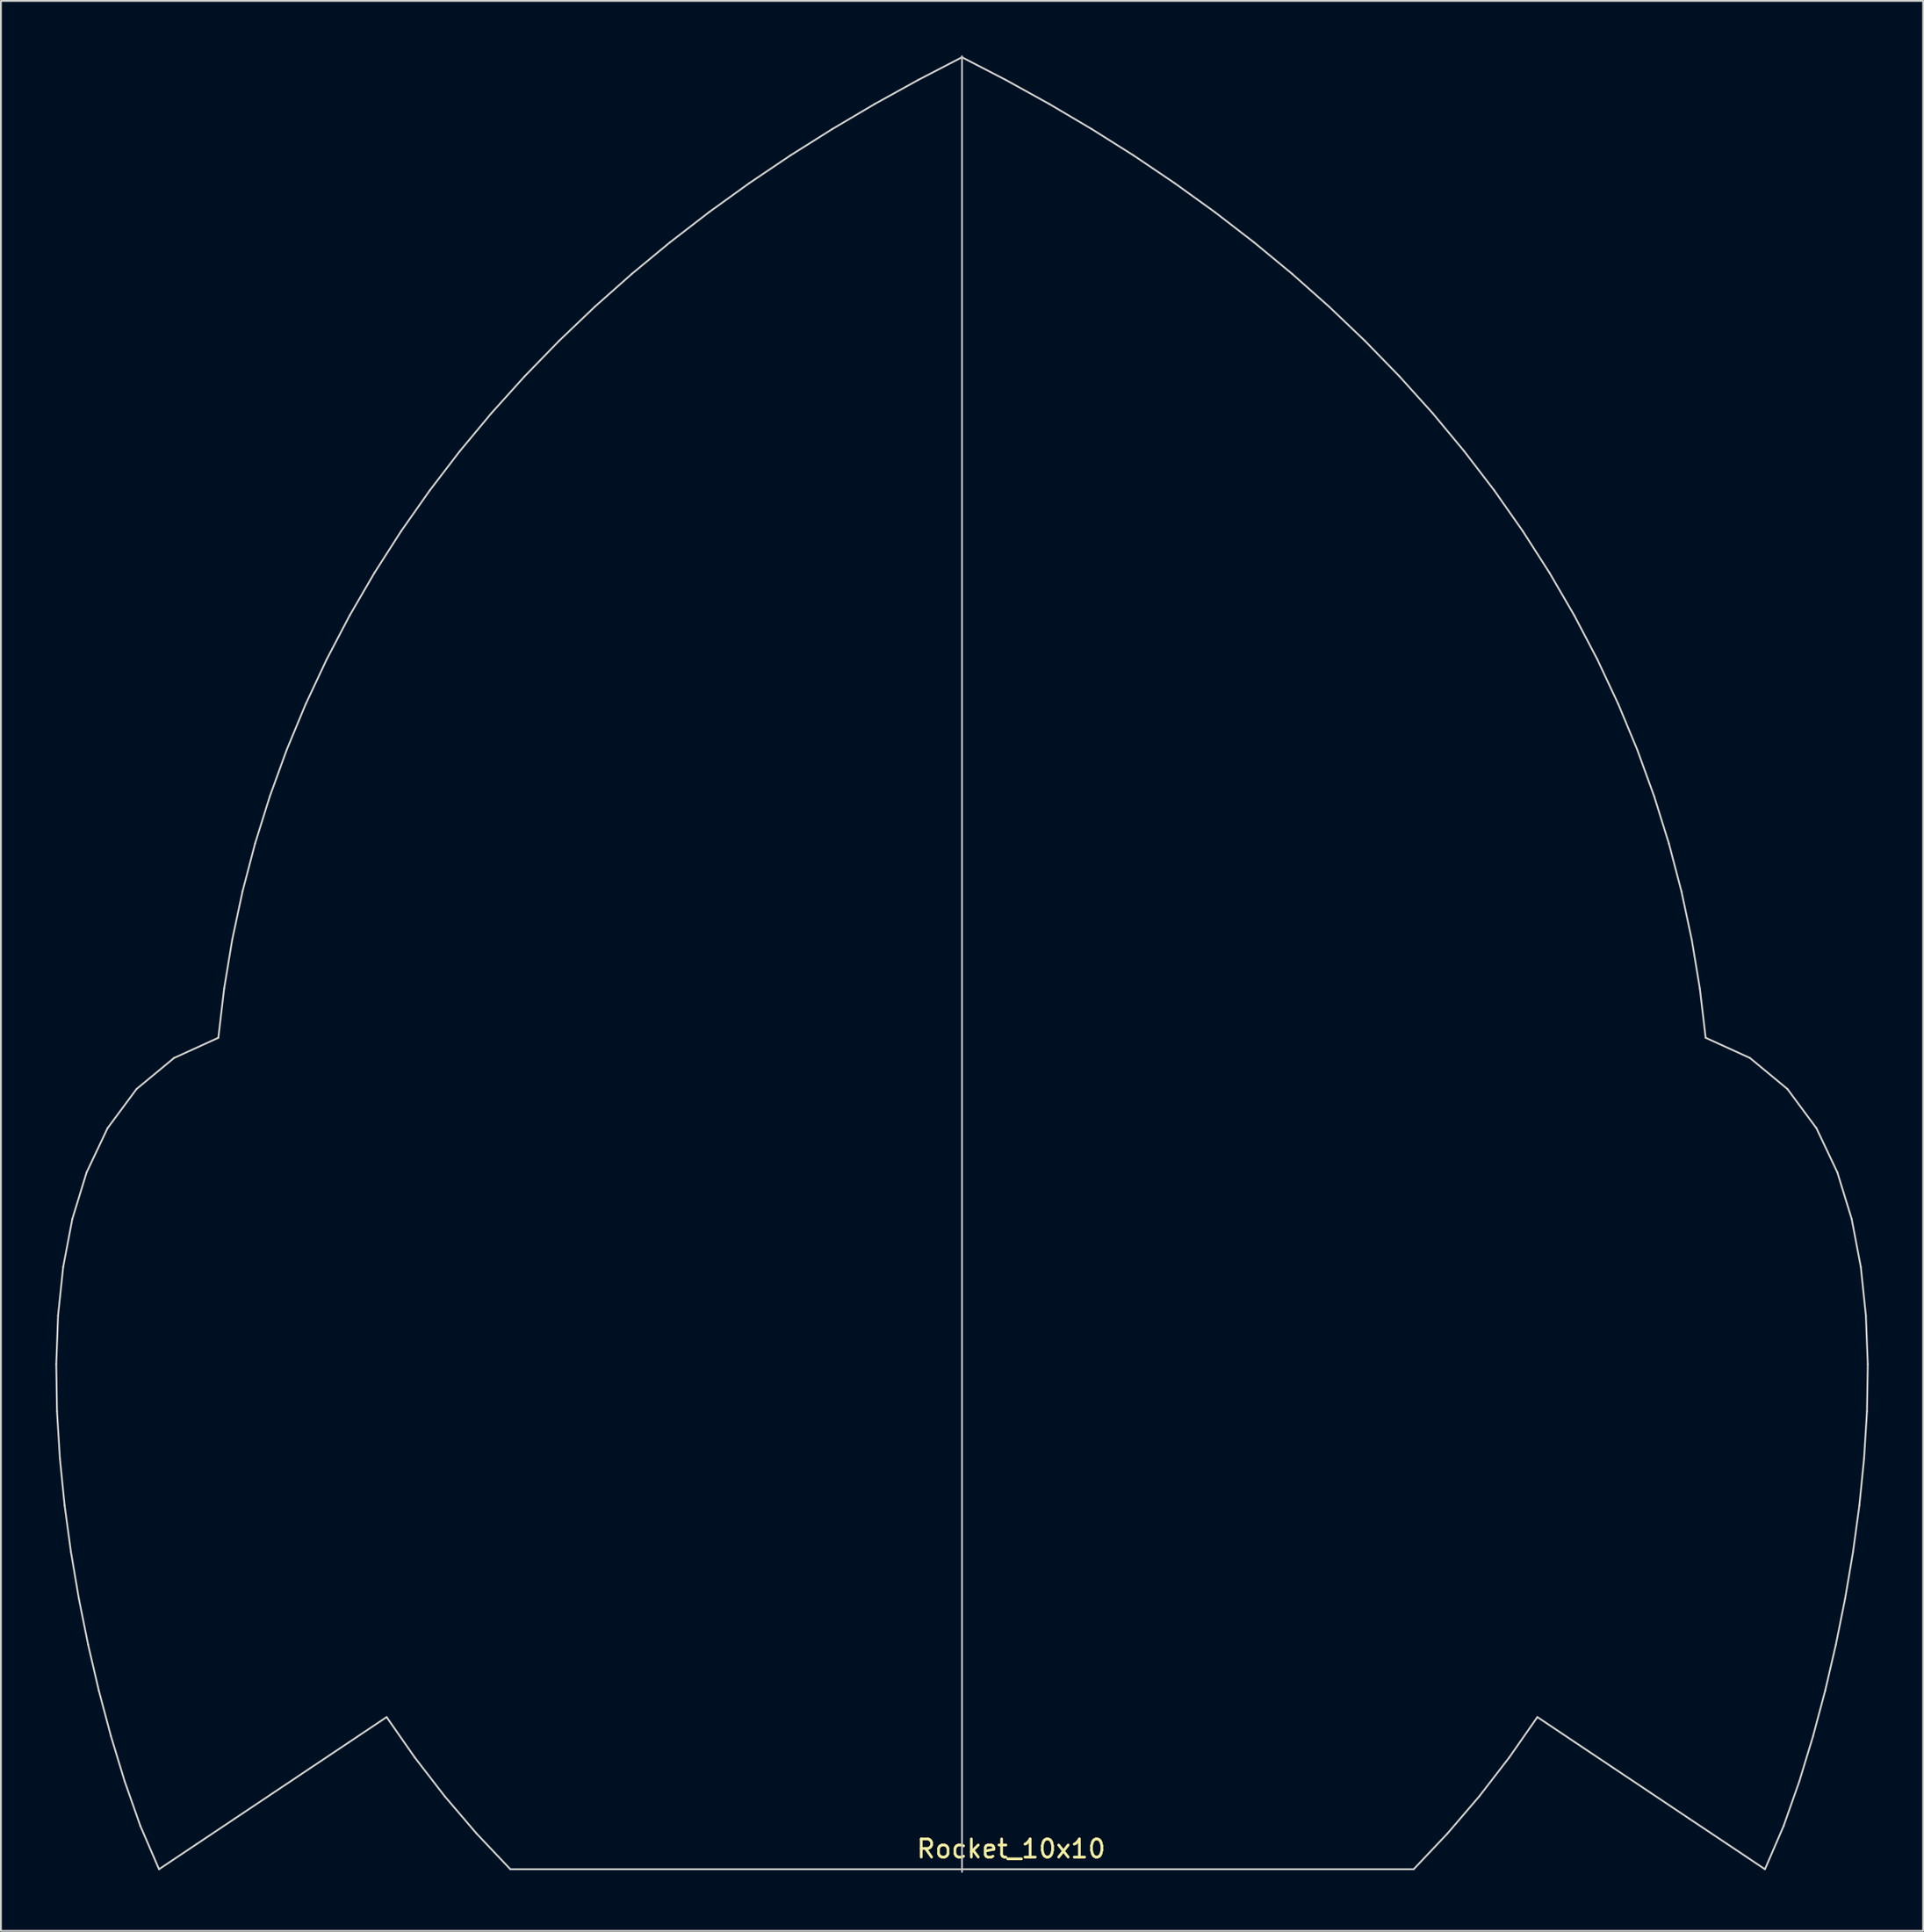
<source format=kicad_pcb>
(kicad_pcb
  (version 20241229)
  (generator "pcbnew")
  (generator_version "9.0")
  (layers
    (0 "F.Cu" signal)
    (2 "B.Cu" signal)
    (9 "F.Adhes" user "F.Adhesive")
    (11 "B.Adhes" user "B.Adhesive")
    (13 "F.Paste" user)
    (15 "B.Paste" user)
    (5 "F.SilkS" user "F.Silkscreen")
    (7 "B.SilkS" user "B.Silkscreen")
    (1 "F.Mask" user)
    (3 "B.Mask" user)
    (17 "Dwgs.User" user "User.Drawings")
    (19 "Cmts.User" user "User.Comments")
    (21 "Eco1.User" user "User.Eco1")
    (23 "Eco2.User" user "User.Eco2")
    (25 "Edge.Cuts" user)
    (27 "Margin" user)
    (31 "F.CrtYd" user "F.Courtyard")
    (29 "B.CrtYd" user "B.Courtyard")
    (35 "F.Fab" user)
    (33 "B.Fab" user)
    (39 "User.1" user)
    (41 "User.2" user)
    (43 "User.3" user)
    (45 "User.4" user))
  (footprint "Rocket_10x10"
    (layer "F.Cu")
    (at 49.948 100.05)
    (property "Reference" "Rocket_10x10" (at 2.705 -1.27 0) (layer "F.SilkS") (effects (font (size 1 1) (thickness 0.15))))
    (attr exclude_from_pos_files exclude_from_bom)
    (fp_line (start -0.0001 -100) (end -0.0001 0) (stroke (width 0.1) (type solid)) (layer "Dwgs.User"))
    (fp_line (start -49.898 -27.958) (end -49.858 -25.362) (stroke (width 0.1) (type solid)) (layer "Edge.Cuts"))
    (fp_line (start -49.858 -25.362) (end -49.698 -22.769) (stroke (width 0.1) (type solid)) (layer "Edge.Cuts"))
    (fp_line (start -49.799 -30.648) (end -49.898 -27.958) (stroke (width 0.1) (type solid)) (layer "Edge.Cuts"))
    (fp_line (start -49.698 -22.769) (end -49.439 -20.185) (stroke (width 0.1) (type solid)) (layer "Edge.Cuts"))
    (fp_line (start -49.517 -33.32) (end -49.799 -30.648) (stroke (width 0.1) (type solid)) (layer "Edge.Cuts"))
    (fp_line (start -49.439 -20.185) (end -49.088 -17.612) (stroke (width 0.1) (type solid)) (layer "Edge.Cuts"))
    (fp_line (start -49.088 -17.612) (end -48.654 -15.052) (stroke (width 0.1) (type solid)) (layer "Edge.Cuts"))
    (fp_line (start -49.014 -35.961) (end -49.517 -33.32) (stroke (width 0.1) (type solid)) (layer "Edge.Cuts"))
    (fp_line (start -48.654 -15.052) (end -48.141 -12.504) (stroke (width 0.1) (type solid)) (layer "Edge.Cuts"))
    (fp_line (start -48.225 -38.532) (end -49.014 -35.961) (stroke (width 0.1) (type solid)) (layer "Edge.Cuts"))
    (fp_line (start -48.141 -12.504) (end -47.551 -9.975) (stroke (width 0.1) (type solid)) (layer "Edge.Cuts"))
    (fp_line (start -47.551 -9.975) (end -46.883 -7.465) (stroke (width 0.1) (type solid)) (layer "Edge.Cuts"))
    (fp_line (start -47.074 -40.96) (end -48.225 -38.532) (stroke (width 0.1) (type solid)) (layer "Edge.Cuts"))
    (fp_line (start -46.883 -7.465) (end -46.127 -4.981) (stroke (width 0.1) (type solid)) (layer "Edge.Cuts"))
    (fp_line (start -46.127 -4.981) (end -45.265 -2.53) (stroke (width 0.1) (type solid)) (layer "Edge.Cuts"))
    (fp_line (start -45.476 -43.119) (end -47.074 -40.96) (stroke (width 0.1) (type solid)) (layer "Edge.Cuts"))
    (fp_line (start -45.265 -2.53) (end -44.237 -0.147) (stroke (width 0.1) (type solid)) (layer "Edge.Cuts"))
    (fp_line (start -44.237 -0.147) (end -42.146 -1.544) (stroke (width 0.1) (type solid)) (layer "Edge.Cuts"))
    (fp_line (start -43.411 -44.828) (end -45.476 -43.119) (stroke (width 0.1) (type solid)) (layer "Edge.Cuts"))
    (fp_line (start -42.146 -1.544) (end -40.058 -2.939) (stroke (width 0.1) (type solid)) (layer "Edge.Cuts"))
    (fp_line (start -40.97 -45.941) (end -43.411 -44.828) (stroke (width 0.1) (type solid)) (layer "Edge.Cuts"))
    (fp_line (start -40.65 -48.649) (end -40.97 -45.941) (stroke (width 0.1) (type solid)) (layer "Edge.Cuts"))
    (fp_line (start -40.206 -51.336) (end -40.65 -48.649) (stroke (width 0.1) (type solid)) (layer "Edge.Cuts"))
    (fp_line (start -40.058 -2.939) (end -37.968 -4.336) (stroke (width 0.1) (type solid)) (layer "Edge.Cuts"))
    (fp_line (start -39.637 -54.003) (end -40.206 -51.336) (stroke (width 0.1) (type solid)) (layer "Edge.Cuts"))
    (fp_line (start -38.946 -56.639) (end -39.637 -54.003) (stroke (width 0.1) (type solid)) (layer "Edge.Cuts"))
    (fp_line (start -38.133 -59.24) (end -38.946 -56.639) (stroke (width 0.1) (type solid)) (layer "Edge.Cuts"))
    (fp_line (start -37.968 -4.336) (end -35.878 -5.733) (stroke (width 0.1) (type solid)) (layer "Edge.Cuts"))
    (fp_line (start -37.203 -61.803) (end -38.133 -59.24) (stroke (width 0.1) (type solid)) (layer "Edge.Cuts"))
    (fp_line (start -36.157 -64.32) (end -37.203 -61.803) (stroke (width 0.1) (type solid)) (layer "Edge.Cuts"))
    (fp_line (start -35.878 -5.733) (end -33.787 -7.13) (stroke (width 0.1) (type solid)) (layer "Edge.Cuts"))
    (fp_line (start -34.999 -66.787) (end -36.157 -64.32) (stroke (width 0.1) (type solid)) (layer "Edge.Cuts"))
    (fp_line (start -33.787 -7.13) (end -31.699 -8.527) (stroke (width 0.1) (type solid)) (layer "Edge.Cuts"))
    (fp_line (start -33.734 -69.202) (end -34.999 -66.787) (stroke (width 0.1) (type solid)) (layer "Edge.Cuts"))
    (fp_line (start -32.365 -71.557) (end -33.734 -69.202) (stroke (width 0.1) (type solid)) (layer "Edge.Cuts"))
    (fp_line (start -31.699 -8.527) (end -30.152 -6.307) (stroke (width 0.1) (type solid)) (layer "Edge.Cuts"))
    (fp_line (start -30.894 -73.853) (end -32.365 -71.557) (stroke (width 0.1) (type solid)) (layer "Edge.Cuts"))
    (fp_line (start -30.152 -6.307) (end -28.499 -4.166) (stroke (width 0.1) (type solid)) (layer "Edge.Cuts"))
    (fp_line (start -29.327 -76.083) (end -30.894 -73.853) (stroke (width 0.1) (type solid)) (layer "Edge.Cuts"))
    (fp_line (start -28.499 -4.166) (end -26.744 -2.111) (stroke (width 0.1) (type solid)) (layer "Edge.Cuts"))
    (fp_line (start -27.671 -78.247) (end -29.327 -76.083) (stroke (width 0.1) (type solid)) (layer "Edge.Cuts"))
    (fp_line (start -26.744 -2.111) (end -24.884 -0.147) (stroke (width 0.1) (type solid)) (layer "Edge.Cuts"))
    (fp_line (start -25.926 -80.343) (end -27.671 -78.247) (stroke (width 0.1) (type solid)) (layer "Edge.Cuts"))
    (fp_line (start -24.884 -0.147) (end 24.882 -0.147) (stroke (width 0.1) (type solid)) (layer "Edge.Cuts"))
    (fp_line (start -24.102 -82.367) (end -25.926 -80.343) (stroke (width 0.1) (type solid)) (layer "Edge.Cuts"))
    (fp_line (start -22.202 -84.323) (end -24.102 -82.367) (stroke (width 0.1) (type solid)) (layer "Edge.Cuts"))
    (fp_line (start -20.231 -86.205) (end -22.202 -84.323) (stroke (width 0.1) (type solid)) (layer "Edge.Cuts"))
    (fp_line (start -18.192 -88.014) (end -20.231 -86.205) (stroke (width 0.1) (type solid)) (layer "Edge.Cuts"))
    (fp_line (start -16.091 -89.751) (end -18.192 -88.014) (stroke (width 0.1) (type solid)) (layer "Edge.Cuts"))
    (fp_line (start -13.932 -91.417) (end -16.091 -89.751) (stroke (width 0.1) (type solid)) (layer "Edge.Cuts"))
    (fp_line (start -11.722 -93.01) (end -13.932 -91.417) (stroke (width 0.1) (type solid)) (layer "Edge.Cuts"))
    (fp_line (start -9.462 -94.534) (end -11.722 -93.01) (stroke (width 0.1) (type solid)) (layer "Edge.Cuts"))
    (fp_line (start -7.155 -95.987) (end -9.462 -94.534) (stroke (width 0.1) (type solid)) (layer "Edge.Cuts"))
    (fp_line (start -4.808 -97.373) (end -7.155 -95.987) (stroke (width 0.1) (type solid)) (layer "Edge.Cuts"))
    (fp_line (start -2.421 -98.692) (end -4.808 -97.373) (stroke (width 0.1) (type solid)) (layer "Edge.Cuts"))
    (fp_line (start -0.003 -99.946) (end -2.421 -98.692) (stroke (width 0.1) (type solid)) (layer "Edge.Cuts"))
    (fp_line (start 2.421 -98.692) (end -0.003 -99.946) (stroke (width 0.1) (type solid)) (layer "Edge.Cuts"))
    (fp_line (start 4.806 -97.373) (end 2.421 -98.692) (stroke (width 0.1) (type solid)) (layer "Edge.Cuts"))
    (fp_line (start 7.153 -95.987) (end 4.806 -97.373) (stroke (width 0.1) (type solid)) (layer "Edge.Cuts"))
    (fp_line (start 9.459 -94.534) (end 7.153 -95.987) (stroke (width 0.1) (type solid)) (layer "Edge.Cuts"))
    (fp_line (start 11.717 -93.01) (end 9.459 -94.534) (stroke (width 0.1) (type solid)) (layer "Edge.Cuts"))
    (fp_line (start 13.929 -91.417) (end 11.717 -93.01) (stroke (width 0.1) (type solid)) (layer "Edge.Cuts"))
    (fp_line (start 16.088 -89.751) (end 13.929 -91.417) (stroke (width 0.1) (type solid)) (layer "Edge.Cuts"))
    (fp_line (start 18.189 -88.014) (end 16.088 -89.751) (stroke (width 0.1) (type solid)) (layer "Edge.Cuts"))
    (fp_line (start 20.228 -86.205) (end 18.189 -88.014) (stroke (width 0.1) (type solid)) (layer "Edge.Cuts"))
    (fp_line (start 22.2 -84.323) (end 20.228 -86.205) (stroke (width 0.1) (type solid)) (layer "Edge.Cuts"))
    (fp_line (start 24.099 -82.37) (end 22.2 -84.323) (stroke (width 0.1) (type solid)) (layer "Edge.Cuts"))
    (fp_line (start 24.882 -0.147) (end 26.741 -2.111) (stroke (width 0.1) (type solid)) (layer "Edge.Cuts"))
    (fp_line (start 25.926 -80.343) (end 24.099 -82.37) (stroke (width 0.1) (type solid)) (layer "Edge.Cuts"))
    (fp_line (start 26.741 -2.111) (end 28.499 -4.166) (stroke (width 0.1) (type solid)) (layer "Edge.Cuts"))
    (fp_line (start 27.666 -78.247) (end 25.926 -80.343) (stroke (width 0.1) (type solid)) (layer "Edge.Cuts"))
    (fp_line (start 28.499 -4.166) (end 30.15 -6.307) (stroke (width 0.1) (type solid)) (layer "Edge.Cuts"))
    (fp_line (start 29.324 -76.086) (end 27.666 -78.247) (stroke (width 0.1) (type solid)) (layer "Edge.Cuts"))
    (fp_line (start 30.15 -6.307) (end 31.697 -8.527) (stroke (width 0.1) (type solid)) (layer "Edge.Cuts"))
    (fp_line (start 30.889 -73.853) (end 29.324 -76.086) (stroke (width 0.1) (type solid)) (layer "Edge.Cuts"))
    (fp_line (start 31.697 -8.527) (end 33.784 -7.13) (stroke (width 0.1) (type solid)) (layer "Edge.Cuts"))
    (fp_line (start 32.362 -71.557) (end 30.889 -73.853) (stroke (width 0.1) (type solid)) (layer "Edge.Cuts"))
    (fp_line (start 33.731 -69.202) (end 32.362 -71.557) (stroke (width 0.1) (type solid)) (layer "Edge.Cuts"))
    (fp_line (start 33.784 -7.13) (end 35.875 -5.733) (stroke (width 0.1) (type solid)) (layer "Edge.Cuts"))
    (fp_line (start 34.996 -66.789) (end 33.731 -69.202) (stroke (width 0.1) (type solid)) (layer "Edge.Cuts"))
    (fp_line (start 35.875 -5.733) (end 37.965 -4.336) (stroke (width 0.1) (type solid)) (layer "Edge.Cuts"))
    (fp_line (start 36.154 -64.32) (end 34.996 -66.789) (stroke (width 0.1) (type solid)) (layer "Edge.Cuts"))
    (fp_line (start 37.201 -61.803) (end 36.154 -64.32) (stroke (width 0.1) (type solid)) (layer "Edge.Cuts"))
    (fp_line (start 37.965 -4.336) (end 40.053 -2.939) (stroke (width 0.1) (type solid)) (layer "Edge.Cuts"))
    (fp_line (start 38.13 -59.243) (end 37.201 -61.803) (stroke (width 0.1) (type solid)) (layer "Edge.Cuts"))
    (fp_line (start 38.943 -56.639) (end 38.13 -59.243) (stroke (width 0.1) (type solid)) (layer "Edge.Cuts"))
    (fp_line (start 39.634 -54.003) (end 38.943 -56.639) (stroke (width 0.1) (type solid)) (layer "Edge.Cuts"))
    (fp_line (start 40.053 -2.939) (end 42.144 -1.544) (stroke (width 0.1) (type solid)) (layer "Edge.Cuts"))
    (fp_line (start 40.203 -51.338) (end 39.634 -54.003) (stroke (width 0.1) (type solid)) (layer "Edge.Cuts"))
    (fp_line (start 40.648 -48.649) (end 40.203 -51.338) (stroke (width 0.1) (type solid)) (layer "Edge.Cuts"))
    (fp_line (start 40.968 -45.941) (end 40.648 -48.649) (stroke (width 0.1) (type solid)) (layer "Edge.Cuts"))
    (fp_line (start 42.144 -1.544) (end 44.234 -0.147) (stroke (width 0.1) (type solid)) (layer "Edge.Cuts"))
    (fp_line (start 43.408 -44.828) (end 40.968 -45.941) (stroke (width 0.1) (type solid)) (layer "Edge.Cuts"))
    (fp_line (start 44.234 -0.147) (end 45.263 -2.53) (stroke (width 0.1) (type solid)) (layer "Edge.Cuts"))
    (fp_line (start 45.263 -2.53) (end 46.126 -4.981) (stroke (width 0.1) (type solid)) (layer "Edge.Cuts"))
    (fp_line (start 45.474 -43.119) (end 43.408 -44.828) (stroke (width 0.1) (type solid)) (layer "Edge.Cuts"))
    (fp_line (start 46.126 -4.981) (end 46.881 -7.465) (stroke (width 0.1) (type solid)) (layer "Edge.Cuts"))
    (fp_line (start 46.881 -7.465) (end 47.551 -9.975) (stroke (width 0.1) (type solid)) (layer "Edge.Cuts"))
    (fp_line (start 47.071 -40.96) (end 45.474 -43.119) (stroke (width 0.1) (type solid)) (layer "Edge.Cuts"))
    (fp_line (start 47.551 -9.975) (end 48.138 -12.504) (stroke (width 0.1) (type solid)) (layer "Edge.Cuts"))
    (fp_line (start 48.138 -12.504) (end 48.651 -15.052) (stroke (width 0.1) (type solid)) (layer "Edge.Cuts"))
    (fp_line (start 48.222 -38.532) (end 47.071 -40.96) (stroke (width 0.1) (type solid)) (layer "Edge.Cuts"))
    (fp_line (start 48.651 -15.052) (end 49.085 -17.612) (stroke (width 0.1) (type solid)) (layer "Edge.Cuts"))
    (fp_line (start 49.012 -35.961) (end 48.222 -38.532) (stroke (width 0.1) (type solid)) (layer "Edge.Cuts"))
    (fp_line (start 49.085 -17.612) (end 49.436 -20.185) (stroke (width 0.1) (type solid)) (layer "Edge.Cuts"))
    (fp_line (start 49.436 -20.185) (end 49.695 -22.769) (stroke (width 0.1) (type solid)) (layer "Edge.Cuts"))
    (fp_line (start 49.515 -33.32) (end 49.012 -35.961) (stroke (width 0.1) (type solid)) (layer "Edge.Cuts"))
    (fp_line (start 49.695 -22.769) (end 49.855 -25.362) (stroke (width 0.1) (type solid)) (layer "Edge.Cuts"))
    (fp_line (start 49.794 -30.648) (end 49.515 -33.32) (stroke (width 0.1) (type solid)) (layer "Edge.Cuts"))
    (fp_line (start 49.855 -25.362) (end 49.898 -27.958) (stroke (width 0.1) (type solid)) (layer "Edge.Cuts"))
    (fp_line (start 49.898 -27.958) (end 49.794 -30.648) (stroke (width 0.1) (type solid)) (layer "Edge.Cuts")))
  (gr_rect
    (start -3 -3)
    (end 102.897 103.3)
    (stroke (width 0.1) (type default))
    (fill no)
    (layer "Edge.Cuts")))
</source>
